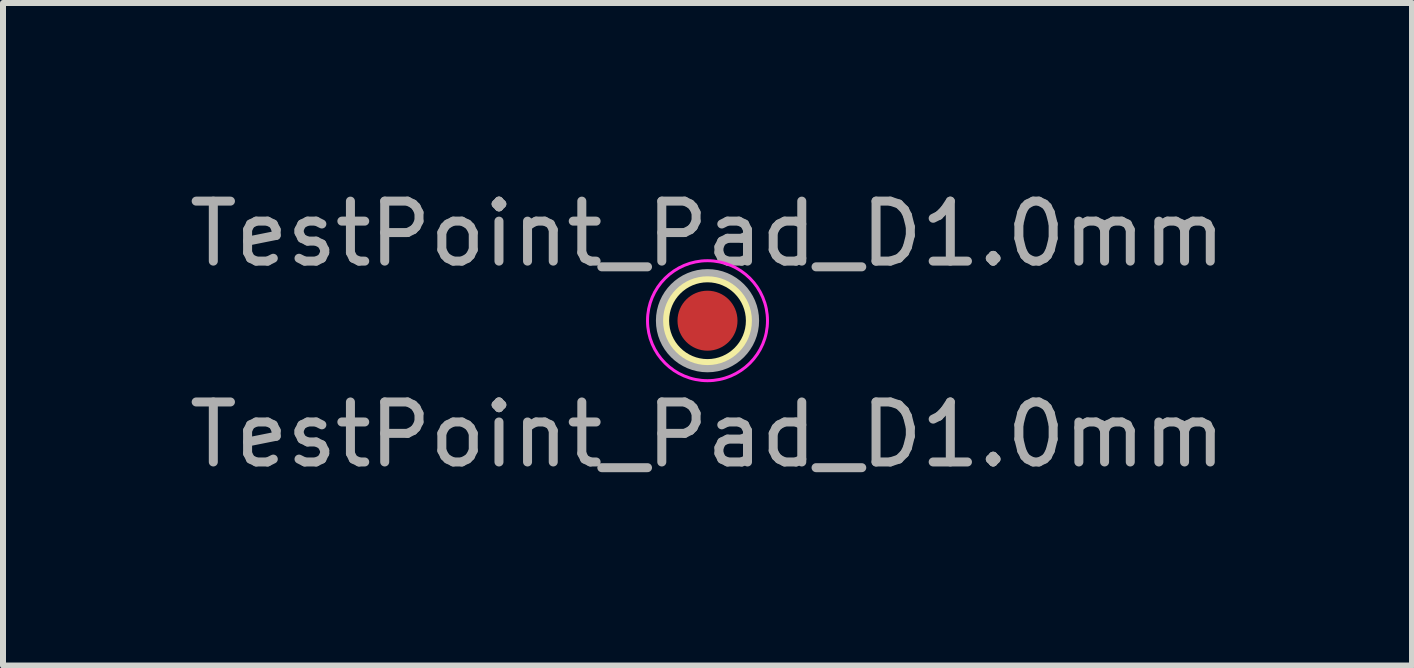
<source format=kicad_pcb>
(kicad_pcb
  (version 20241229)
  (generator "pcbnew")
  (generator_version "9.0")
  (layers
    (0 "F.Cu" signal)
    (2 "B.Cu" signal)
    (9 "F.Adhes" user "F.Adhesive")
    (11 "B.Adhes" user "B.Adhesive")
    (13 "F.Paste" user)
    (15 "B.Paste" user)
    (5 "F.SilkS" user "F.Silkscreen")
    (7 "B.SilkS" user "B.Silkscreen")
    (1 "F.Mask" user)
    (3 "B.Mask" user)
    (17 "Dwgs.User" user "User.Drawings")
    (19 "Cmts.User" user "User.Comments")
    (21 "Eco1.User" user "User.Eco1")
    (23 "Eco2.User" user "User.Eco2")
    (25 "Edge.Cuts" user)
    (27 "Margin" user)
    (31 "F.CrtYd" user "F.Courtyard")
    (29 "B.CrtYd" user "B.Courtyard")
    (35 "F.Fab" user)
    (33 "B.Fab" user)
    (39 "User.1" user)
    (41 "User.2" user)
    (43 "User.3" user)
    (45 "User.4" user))
  (footprint "TestPoint_Pad_D1.0mm"
    (layer "F.Cu")
    (at 8.744 2.296)
    (property "Reference" "TestPoint_Pad_D1.0mm" (at 0 -1.448 0) (layer "F.Fab") (effects (font (size 1 1) (thickness 0.15))))
    (property "Value" "TestPoint_Pad_D1.0mm" (at 0.8 0 0) (layer "F.SilkS") (hide yes) (effects (font (size 0.7 0.7) (thickness 0.15)) (justify left)))
    (attr exclude_from_pos_files exclude_from_bom)
    (fp_circle (center 0 0) (end 0.7 0) (stroke (width 0.12) (type solid)) (fill no) (layer "F.SilkS"))
    (fp_circle (center 0 0) (end 1 0) (stroke (width 0.05) (type solid)) (fill no) (layer "F.CrtYd"))
    (fp_circle (center 0 0) (end 0.8 0) (stroke (width 0.12) (type solid)) (fill no) (layer "F.Fab"))
    (fp_text user "${VALUE}" (at 0 1.9 0) (layer "F.Fab") (effects (font (size 1 1) (thickness 0.15))))
    (pad "1" smd circle (at 0 0) (size 1 1) (layers "F.Cu" "F.Mask")))
  (gr_rect
    (start -3 -3)
    (end 20.488 8.044)
    (stroke (width 0.1) (type default))
    (fill no)
    (layer "Edge.Cuts")))
</source>
